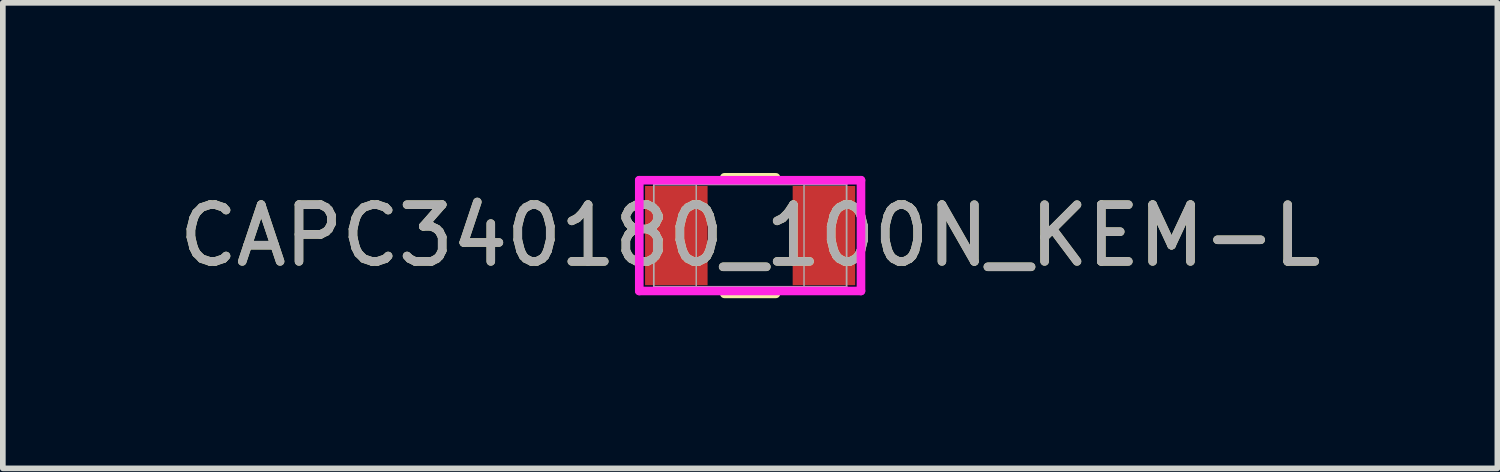
<source format=kicad_pcb>
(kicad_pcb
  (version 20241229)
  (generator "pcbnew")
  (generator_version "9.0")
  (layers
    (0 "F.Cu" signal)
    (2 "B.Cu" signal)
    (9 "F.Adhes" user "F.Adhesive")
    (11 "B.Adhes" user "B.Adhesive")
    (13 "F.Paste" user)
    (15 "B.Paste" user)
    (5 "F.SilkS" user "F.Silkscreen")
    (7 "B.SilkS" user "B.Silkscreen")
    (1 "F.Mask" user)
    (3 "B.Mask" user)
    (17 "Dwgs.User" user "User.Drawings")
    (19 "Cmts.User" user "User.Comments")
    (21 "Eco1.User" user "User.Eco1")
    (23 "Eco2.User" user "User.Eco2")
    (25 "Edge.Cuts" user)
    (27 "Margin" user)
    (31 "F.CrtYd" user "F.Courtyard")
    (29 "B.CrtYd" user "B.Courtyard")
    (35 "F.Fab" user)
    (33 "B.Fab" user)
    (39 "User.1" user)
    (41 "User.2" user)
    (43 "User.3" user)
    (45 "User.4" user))
  (footprint "CAPC340180_100N_KEM-L"
    (layer "F.Cu")
    (at 10.173 1.103)
    (property "Reference" "CAPC340180_100N_KEM-L" (at 0 0 0) (unlocked yes) (layer "F.SilkS") (effects (font (size 1 1) (thickness 0.15))))
    (attr smd)
    (fp_line (start -0.454 1.027) (end 0.454 1.027) (stroke (width 0.152) (type solid)) (layer "F.SilkS"))
    (fp_line (start 0.454 -1.027) (end -0.454 -1.027) (stroke (width 0.152) (type solid)) (layer "F.SilkS"))
    (fp_line (start -1.954 -0.976) (end 1.954 -0.976) (stroke (width 0.152) (type solid)) (layer "F.CrtYd"))
    (fp_line (start -1.954 0.976) (end -1.954 -0.976) (stroke (width 0.152) (type solid)) (layer "F.CrtYd"))
    (fp_line (start 1.954 -0.976) (end 1.954 0.976) (stroke (width 0.152) (type solid)) (layer "F.CrtYd"))
    (fp_line (start 1.954 0.976) (end -1.954 0.976) (stroke (width 0.152) (type solid)) (layer "F.CrtYd"))
    (fp_line (start -1.7 -0.9) (end -1.7 0.9) (stroke (width 0.025) (type solid)) (layer "F.Fab"))
    (fp_line (start -1.7 -0.9) (end -1.7 0.9) (stroke (width 0.025) (type solid)) (layer "F.Fab"))
    (fp_line (start -1.7 0.9) (end -0.95 0.9) (stroke (width 0.025) (type solid)) (layer "F.Fab"))
    (fp_line (start -1.7 0.9) (end 1.7 0.9) (stroke (width 0.025) (type solid)) (layer "F.Fab"))
    (fp_line (start -0.95 -0.9) (end -1.7 -0.9) (stroke (width 0.025) (type solid)) (layer "F.Fab"))
    (fp_line (start -0.95 0.9) (end -0.95 -0.9) (stroke (width 0.025) (type solid)) (layer "F.Fab"))
    (fp_line (start 0.95 -0.9) (end 0.95 0.9) (stroke (width 0.025) (type solid)) (layer "F.Fab"))
    (fp_line (start 0.95 0.9) (end 1.7 0.9) (stroke (width 0.025) (type solid)) (layer "F.Fab"))
    (fp_line (start 1.7 -0.9) (end -1.7 -0.9) (stroke (width 0.025) (type solid)) (layer "F.Fab"))
    (fp_line (start 1.7 -0.9) (end 0.95 -0.9) (stroke (width 0.025) (type solid)) (layer "F.Fab"))
    (fp_line (start 1.7 0.9) (end 1.7 -0.9) (stroke (width 0.025) (type solid)) (layer "F.Fab"))
    (fp_line (start 1.7 0.9) (end 1.7 -0.9) (stroke (width 0.025) (type solid)) (layer "F.Fab"))
    (fp_text user "${REFERENCE}" (at 0 0 0) (unlocked yes) (layer "F.Fab") (effects (font (size 1 1) (thickness 0.15))))
    (pad "1" smd rect (at -1.301 0) (size 1.102 1.749) (layers "F.Cu" "F.Mask" "F.Paste"))
    (pad "2" smd rect (at 1.301 0) (size 1.102 1.749) (layers "F.Cu" "F.Mask" "F.Paste"))
    (zone (net_name "") (layer "F.Cu") (hatch full 0.508) (connect_pads) (min_thickness 0.254) (filled_areas_thickness no) (keepout (tracks not_allowed) (vias not_allowed) (pads allowed) (copperpour not_allowed) (footprints allowed)) (placement (enabled no)) (fill) (polygon (pts (xy 9.473 0.254) (xy 10.872 0.254) (xy 10.872 1.952) (xy 9.473 1.952)))))
  (gr_rect
    (start -3 -3)
    (end 23.345 5.206)
    (stroke (width 0.1) (type default))
    (fill no)
    (layer "Edge.Cuts")))
</source>
